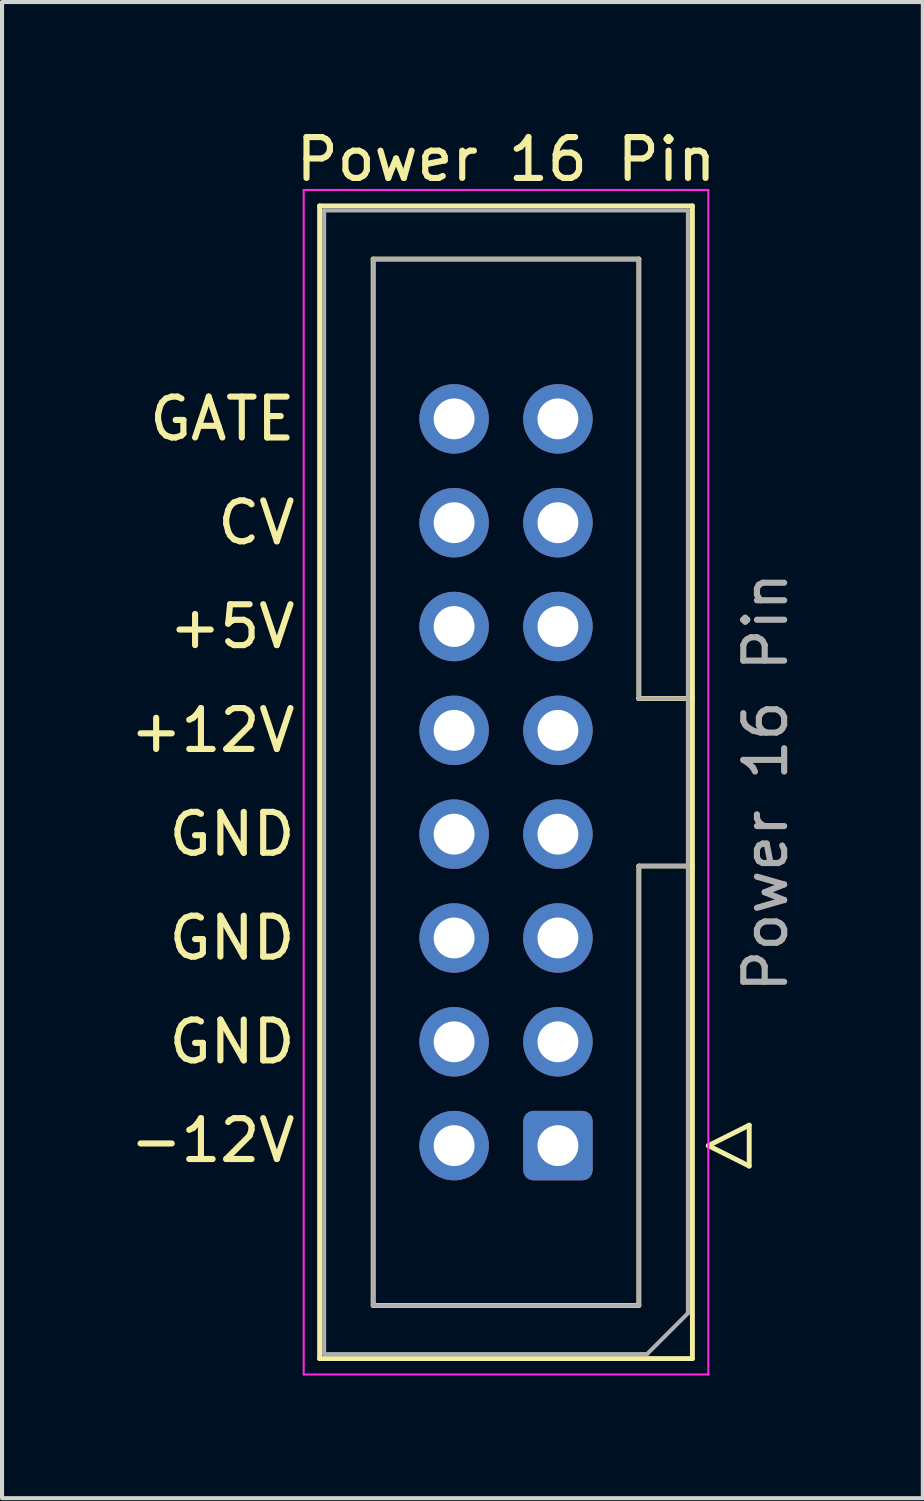
<source format=kicad_pcb>
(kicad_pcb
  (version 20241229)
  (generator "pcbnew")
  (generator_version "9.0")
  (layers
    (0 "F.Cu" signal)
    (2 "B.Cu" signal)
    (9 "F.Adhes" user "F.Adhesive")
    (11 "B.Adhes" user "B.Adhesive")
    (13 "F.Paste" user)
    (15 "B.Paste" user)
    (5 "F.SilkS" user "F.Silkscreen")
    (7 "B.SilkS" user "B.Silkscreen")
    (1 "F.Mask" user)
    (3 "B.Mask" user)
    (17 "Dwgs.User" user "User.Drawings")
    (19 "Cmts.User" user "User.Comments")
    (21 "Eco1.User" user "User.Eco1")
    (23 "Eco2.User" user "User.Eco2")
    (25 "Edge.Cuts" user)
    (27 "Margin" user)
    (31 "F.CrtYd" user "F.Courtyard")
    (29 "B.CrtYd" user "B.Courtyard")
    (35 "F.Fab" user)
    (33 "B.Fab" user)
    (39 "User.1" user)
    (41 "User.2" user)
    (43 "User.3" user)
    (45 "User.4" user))
  (footprint "Power 16 Pin"
    (layer "F.Cu")
    (at 9.33 16.088)
    (property "Reference" "Power 16 Pin" (at 0 -15.24 0) (unlocked yes) (layer "F.SilkS") (effects (font (size 1 1) (thickness 0.15))))
    (attr through_hole)
    (fp_line (start -4.56 -14.1) (end 4.56 -14.1) (stroke (width 0.12) (type solid)) (layer "F.SilkS"))
    (fp_line (start -4.56 14.1) (end -4.56 -14.1) (stroke (width 0.12) (type solid)) (layer "F.SilkS"))
    (fp_line (start -3.25 -12.8) (end 3.25 -12.8) (stroke (width 0.12) (type solid)) (layer "F.SilkS"))
    (fp_line (start -3.25 12.8) (end -3.25 -12.8) (stroke (width 0.12) (type solid)) (layer "F.SilkS"))
    (fp_line (start 3.25 -12.8) (end 3.25 -2.05) (stroke (width 0.12) (type solid)) (layer "F.SilkS"))
    (fp_line (start 3.25 -2.05) (end 3.25 -2.05) (stroke (width 0.12) (type solid)) (layer "F.SilkS"))
    (fp_line (start 3.25 -2.05) (end 4.56 -2.05) (stroke (width 0.12) (type solid)) (layer "F.SilkS"))
    (fp_line (start 3.25 2.05) (end 3.25 12.8) (stroke (width 0.12) (type solid)) (layer "F.SilkS"))
    (fp_line (start 3.25 12.8) (end -3.25 12.8) (stroke (width 0.12) (type solid)) (layer "F.SilkS"))
    (fp_line (start 4.56 -14.1) (end 4.56 14.1) (stroke (width 0.12) (type solid)) (layer "F.SilkS"))
    (fp_line (start 4.56 2.05) (end 3.25 2.05) (stroke (width 0.12) (type solid)) (layer "F.SilkS"))
    (fp_line (start 4.56 14.1) (end -4.56 14.1) (stroke (width 0.12) (type solid)) (layer "F.SilkS"))
    (fp_line (start 4.95 8.89) (end 5.95 9.39) (stroke (width 0.12) (type solid)) (layer "F.SilkS"))
    (fp_line (start 5.95 8.39) (end 4.95 8.89) (stroke (width 0.12) (type solid)) (layer "F.SilkS"))
    (fp_line (start 5.95 9.39) (end 5.95 8.39) (stroke (width 0.12) (type solid)) (layer "F.SilkS"))
    (fp_line (start -4.95 -14.49) (end -4.95 14.49) (stroke (width 0.05) (type solid)) (layer "F.CrtYd"))
    (fp_line (start -4.95 14.49) (end 4.95 14.49) (stroke (width 0.05) (type solid)) (layer "F.CrtYd"))
    (fp_line (start 4.95 -14.49) (end -4.95 -14.49) (stroke (width 0.05) (type solid)) (layer "F.CrtYd"))
    (fp_line (start 4.95 14.49) (end 4.95 -14.49) (stroke (width 0.05) (type solid)) (layer "F.CrtYd"))
    (fp_line (start -4.45 -13.99) (end 4.45 -13.99) (stroke (width 0.1) (type solid)) (layer "F.Fab"))
    (fp_line (start -4.45 13.99) (end -4.45 -13.99) (stroke (width 0.1) (type solid)) (layer "F.Fab"))
    (fp_line (start -3.25 -12.8) (end 3.25 -12.8) (stroke (width 0.1) (type solid)) (layer "F.Fab"))
    (fp_line (start -3.25 12.8) (end -3.25 -12.8) (stroke (width 0.1) (type solid)) (layer "F.Fab"))
    (fp_line (start 3.25 -12.8) (end 3.25 -2.05) (stroke (width 0.1) (type solid)) (layer "F.Fab"))
    (fp_line (start 3.25 -2.05) (end 3.25 -2.05) (stroke (width 0.1) (type solid)) (layer "F.Fab"))
    (fp_line (start 3.25 -2.05) (end 4.45 -2.05) (stroke (width 0.1) (type solid)) (layer "F.Fab"))
    (fp_line (start 3.25 2.05) (end 3.25 12.8) (stroke (width 0.1) (type solid)) (layer "F.Fab"))
    (fp_line (start 3.25 12.8) (end -3.25 12.8) (stroke (width 0.1) (type solid)) (layer "F.Fab"))
    (fp_line (start 3.45 13.99) (end -4.45 13.99) (stroke (width 0.1) (type solid)) (layer "F.Fab"))
    (fp_line (start 4.45 -13.99) (end 4.45 12.99) (stroke (width 0.1) (type solid)) (layer "F.Fab"))
    (fp_line (start 4.45 2.05) (end 3.25 2.05) (stroke (width 0.1) (type solid)) (layer "F.Fab"))
    (fp_line (start 4.45 12.99) (end 3.45 13.99) (stroke (width 0.1) (type solid)) (layer "F.Fab"))
    (fp_text user "+5V" (at -5.08 -3.81 0) (unlocked yes) (layer "F.SilkS") (effects (font (size 1 1) (thickness 0.15)) (justify right)))
    (fp_text user "GATE" (at -5.08 -8.89 0) (unlocked yes) (layer "F.SilkS") (effects (font (size 1 1) (thickness 0.15)) (justify right)))
    (fp_text user "GND" (at -5.08 3.81 0) (unlocked yes) (layer "F.SilkS") (effects (font (size 1 1) (thickness 0.15)) (justify right)))
    (fp_text user "GND" (at -5.08 1.27 0) (unlocked yes) (layer "F.SilkS") (effects (font (size 1 1) (thickness 0.15)) (justify right)))
    (fp_text user "CV" (at -5.08 -6.35 0) (unlocked yes) (layer "F.SilkS") (effects (font (size 1 1) (thickness 0.15)) (justify right)))
    (fp_text user "+12V" (at -5.08 -1.27 0) (unlocked yes) (layer "F.SilkS") (effects (font (size 1 1) (thickness 0.15)) (justify right)))
    (fp_text user "-12V" (at -5.08 8.763 0) (unlocked yes) (layer "F.SilkS") (effects (font (size 1 1) (thickness 0.15)) (justify right)))
    (fp_text user "GND" (at -5.08 6.35 0) (unlocked yes) (layer "F.SilkS") (effects (font (size 1 1) (thickness 0.15)) (justify right)))
    (fp_text user "${REFERENCE}" (at 6.35 0 270) (layer "F.Fab") (effects (font (size 1 1) (thickness 0.15))))
    (pad "1" thru_hole circle (at -1.27 8.89 180) (size 1.7 1.7) (drill 1) (layers "*.Cu" "*.Mask"))
    (pad "1" thru_hole roundrect (at 1.27 8.89 180) (size 1.7 1.7) (drill 1) (layers "*.Cu" "*.Mask") (roundrect_rratio 0.147))
    (pad "2" thru_hole circle (at -1.27 1.27 180) (size 1.7 1.7) (drill 1) (layers "*.Cu" "*.Mask"))
    (pad "2" thru_hole circle (at -1.27 3.81 180) (size 1.7 1.7) (drill 1) (layers "*.Cu" "*.Mask"))
    (pad "2" thru_hole circle (at -1.27 6.35 180) (size 1.7 1.7) (drill 1) (layers "*.Cu" "*.Mask"))
    (pad "2" thru_hole circle (at 1.27 1.27 180) (size 1.7 1.7) (drill 1) (layers "*.Cu" "*.Mask"))
    (pad "2" thru_hole circle (at 1.27 3.81 180) (size 1.7 1.7) (drill 1) (layers "*.Cu" "*.Mask"))
    (pad "2" thru_hole circle (at 1.27 6.35 180) (size 1.7 1.7) (drill 1) (layers "*.Cu" "*.Mask"))
    (pad "3" thru_hole circle (at -1.27 -1.27 180) (size 1.7 1.7) (drill 1) (layers "*.Cu" "*.Mask"))
    (pad "3" thru_hole circle (at 1.27 -1.27 180) (size 1.7 1.7) (drill 1) (layers "*.Cu" "*.Mask"))
    (pad "4" thru_hole circle (at -1.27 -3.81 180) (size 1.7 1.7) (drill 1) (layers "*.Cu" "*.Mask"))
    (pad "4" thru_hole circle (at 1.27 -3.81 180) (size 1.7 1.7) (drill 1) (layers "*.Cu" "*.Mask"))
    (pad "5" thru_hole circle (at -1.27 -6.35 180) (size 1.7 1.7) (drill 1) (layers "*.Cu" "*.Mask"))
    (pad "5" thru_hole circle (at 1.27 -6.35 180) (size 1.7 1.7) (drill 1) (layers "*.Cu" "*.Mask"))
    (pad "6" thru_hole circle (at -1.27 -8.89 180) (size 1.7 1.7) (drill 1) (layers "*.Cu" "*.Mask"))
    (pad "6" thru_hole circle (at 1.27 -8.89 180) (size 1.7 1.7) (drill 1) (layers "*.Cu" "*.Mask")))
  (gr_rect
    (start -3 -3)
    (end 19.528 33.603)
    (stroke (width 0.1) (type default))
    (fill no)
    (layer "Edge.Cuts")))
</source>
